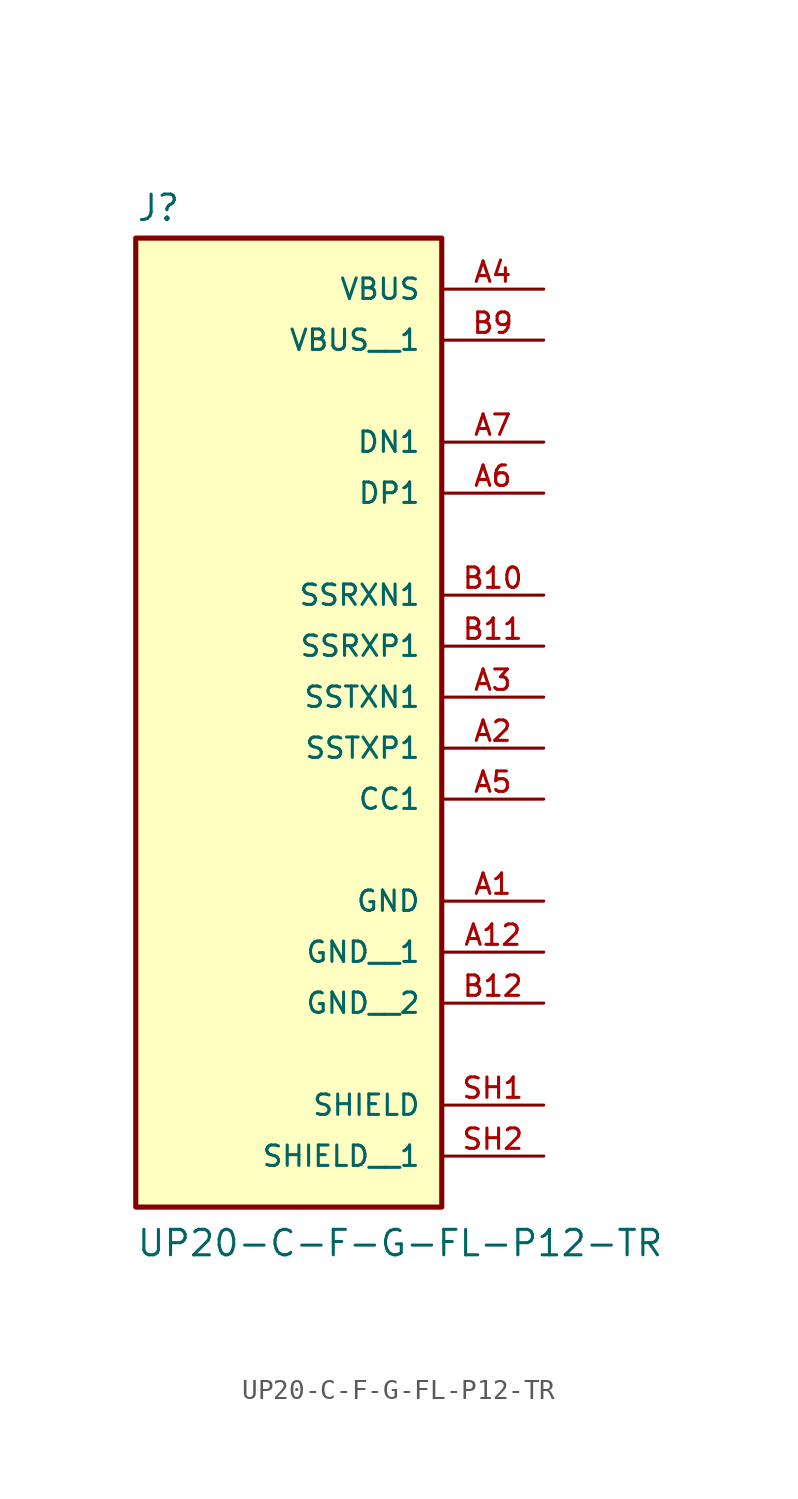
<source format=kicad_sym>
(kicad_symbol_lib
  (version 20211014)
  (generator kicad_symbol_editor)
  (symbol "UP20-C-F-G-FL-P12-TR"
    (pin_names
      (offset 1.016))
    (property "Reference" "J"
      (at -7.62 18.542 0)
      (effects (font (size 1.27 1.27)) (justify bottom left)))
    (property "Value" "UP20-C-F-G-FL-P12-TR"
      (at -7.62 -33.02 0)
      (effects (font (size 1.27 1.27)) (justify bottom left)))
    (symbol "UP20-C-F-G-FL-P12-TR_0_0"
      (rectangle (start -7.62 -30.48) (end 7.62 17.78) (stroke (width 0.254)) (fill (type background)))
      (pin passive line (at 12.7 15.24 180.0) (length 5.08) (name "VBUS" (effects (font (size 1.016 1.016)))) (number "A4" (effects (font (size 1.016 1.016)))))
      (pin passive line (at 12.7 -25.4 180.0) (length 5.08) (name "SHIELD" (effects (font (size 1.016 1.016)))) (number "SH1" (effects (font (size 1.016 1.016)))))
      (pin passive line (at 12.7 7.62 180.0) (length 5.08) (name "DN1" (effects (font (size 1.016 1.016)))) (number "A7" (effects (font (size 1.016 1.016)))))
      (pin passive line (at 12.7 5.08 180.0) (length 5.08) (name "DP1" (effects (font (size 1.016 1.016)))) (number "A6" (effects (font (size 1.016 1.016)))))
      (pin passive line (at 12.7 -15.24 180.0) (length 5.08) (name "GND" (effects (font (size 1.016 1.016)))) (number "A1" (effects (font (size 1.016 1.016)))))
      (pin passive line (at 12.7 0.0 180.0) (length 5.08) (name "SSRXN1" (effects (font (size 1.016 1.016)))) (number "B10" (effects (font (size 1.016 1.016)))))
      (pin passive line (at 12.7 -2.54 180.0) (length 5.08) (name "SSRXP1" (effects (font (size 1.016 1.016)))) (number "B11" (effects (font (size 1.016 1.016)))))
      (pin passive line (at 12.7 -5.08 180.0) (length 5.08) (name "SSTXN1" (effects (font (size 1.016 1.016)))) (number "A3" (effects (font (size 1.016 1.016)))))
      (pin passive line (at 12.7 -7.62 180.0) (length 5.08) (name "SSTXP1" (effects (font (size 1.016 1.016)))) (number "A2" (effects (font (size 1.016 1.016)))))
      (pin passive line (at 12.7 -10.16 180.0) (length 5.08) (name "CC1" (effects (font (size 1.016 1.016)))) (number "A5" (effects (font (size 1.016 1.016)))))
      (pin passive line (at 12.7 12.7 180.0) (length 5.08) (name "VBUS__1" (effects (font (size 1.016 1.016)))) (number "B9" (effects (font (size 1.016 1.016)))))
      (pin passive line (at 12.7 -17.78 180.0) (length 5.08) (name "GND__1" (effects (font (size 1.016 1.016)))) (number "A12" (effects (font (size 1.016 1.016)))))
      (pin passive line (at 12.7 -20.32 180.0) (length 5.08) (name "GND__2" (effects (font (size 1.016 1.016)))) (number "B12" (effects (font (size 1.016 1.016)))))
      (pin passive line (at 12.7 -27.94 180.0) (length 5.08) (name "SHIELD__1" (effects (font (size 1.016 1.016)))) (number "SH2" (effects (font (size 1.016 1.016))))))))
</source>
